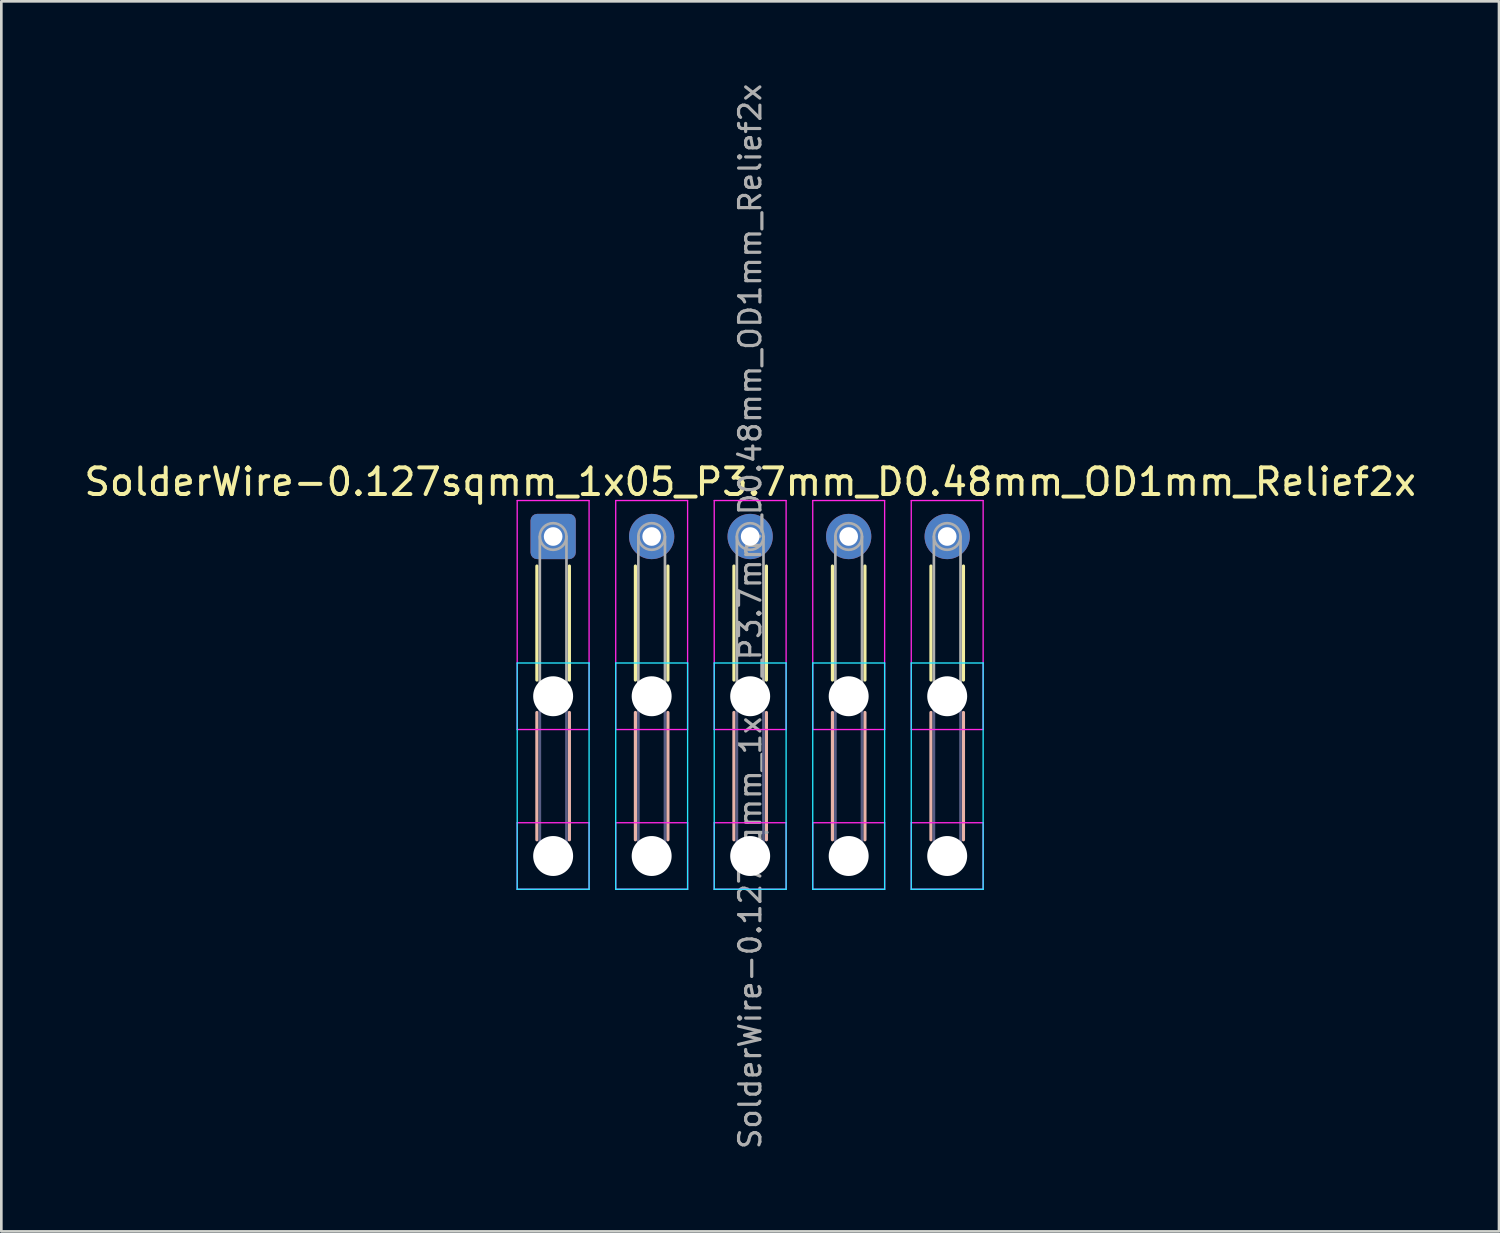
<source format=kicad_pcb>
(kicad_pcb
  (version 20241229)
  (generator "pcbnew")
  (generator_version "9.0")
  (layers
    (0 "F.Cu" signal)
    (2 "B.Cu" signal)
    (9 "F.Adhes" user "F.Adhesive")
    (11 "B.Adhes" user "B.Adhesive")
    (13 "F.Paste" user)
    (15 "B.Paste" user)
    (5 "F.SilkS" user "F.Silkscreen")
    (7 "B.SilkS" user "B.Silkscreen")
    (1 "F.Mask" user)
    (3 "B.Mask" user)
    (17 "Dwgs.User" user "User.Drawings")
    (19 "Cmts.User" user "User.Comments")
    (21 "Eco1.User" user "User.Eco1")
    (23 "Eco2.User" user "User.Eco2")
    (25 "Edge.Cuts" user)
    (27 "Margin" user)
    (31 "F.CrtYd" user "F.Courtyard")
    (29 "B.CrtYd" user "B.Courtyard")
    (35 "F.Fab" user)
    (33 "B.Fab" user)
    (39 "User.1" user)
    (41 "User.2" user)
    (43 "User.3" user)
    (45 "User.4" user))
  (footprint "SolderWire-0.127sqmm_1x05_P3.7mm_D0.48mm_OD1mm_Relief2x"
    (layer "F.Cu")
    (at 17.725 17.1)
    (property "Reference" "SolderWire-0.127sqmm_1x05_P3.7mm_D0.48mm_OD1mm_Relief2x" (at 7.4 -2.05 0) (layer "F.SilkS") (effects (font (size 1 1) (thickness 0.15))))
    (attr exclude_from_pos_files exclude_from_bom)
    (fp_line (start -0.61 1.11) (end -0.61 5.39) (stroke (width 0.12) (type solid)) (layer "F.SilkS"))
    (fp_line (start 0.61 1.11) (end 0.61 5.39) (stroke (width 0.12) (type solid)) (layer "F.SilkS"))
    (fp_line (start 3.09 1.11) (end 3.09 5.39) (stroke (width 0.12) (type solid)) (layer "F.SilkS"))
    (fp_line (start 4.31 1.11) (end 4.31 5.39) (stroke (width 0.12) (type solid)) (layer "F.SilkS"))
    (fp_line (start 6.79 1.11) (end 6.79 5.39) (stroke (width 0.12) (type solid)) (layer "F.SilkS"))
    (fp_line (start 8.01 1.11) (end 8.01 5.39) (stroke (width 0.12) (type solid)) (layer "F.SilkS"))
    (fp_line (start 10.49 1.11) (end 10.49 5.39) (stroke (width 0.12) (type solid)) (layer "F.SilkS"))
    (fp_line (start 11.71 1.11) (end 11.71 5.39) (stroke (width 0.12) (type solid)) (layer "F.SilkS"))
    (fp_line (start 14.19 1.11) (end 14.19 5.39) (stroke (width 0.12) (type solid)) (layer "F.SilkS"))
    (fp_line (start 15.41 1.11) (end 15.41 5.39) (stroke (width 0.12) (type solid)) (layer "F.SilkS"))
    (fp_line (start -0.61 6.61) (end -0.61 11.39) (stroke (width 0.12) (type solid)) (layer "B.SilkS"))
    (fp_line (start 0.61 6.61) (end 0.61 11.39) (stroke (width 0.12) (type solid)) (layer "B.SilkS"))
    (fp_line (start 3.09 6.61) (end 3.09 11.39) (stroke (width 0.12) (type solid)) (layer "B.SilkS"))
    (fp_line (start 4.31 6.61) (end 4.31 11.39) (stroke (width 0.12) (type solid)) (layer "B.SilkS"))
    (fp_line (start 6.79 6.61) (end 6.79 11.39) (stroke (width 0.12) (type solid)) (layer "B.SilkS"))
    (fp_line (start 8.01 6.61) (end 8.01 11.39) (stroke (width 0.12) (type solid)) (layer "B.SilkS"))
    (fp_line (start 10.49 6.61) (end 10.49 11.39) (stroke (width 0.12) (type solid)) (layer "B.SilkS"))
    (fp_line (start 11.71 6.61) (end 11.71 11.39) (stroke (width 0.12) (type solid)) (layer "B.SilkS"))
    (fp_line (start 14.19 6.61) (end 14.19 11.39) (stroke (width 0.12) (type solid)) (layer "B.SilkS"))
    (fp_line (start 15.41 6.61) (end 15.41 11.39) (stroke (width 0.12) (type solid)) (layer "B.SilkS"))
    (fp_line (start -1.35 4.75) (end -1.35 13.25) (stroke (width 0.05) (type solid)) (layer "B.CrtYd"))
    (fp_line (start -1.35 13.25) (end 1.35 13.25) (stroke (width 0.05) (type solid)) (layer "B.CrtYd"))
    (fp_line (start 1.35 4.75) (end -1.35 4.75) (stroke (width 0.05) (type solid)) (layer "B.CrtYd"))
    (fp_line (start 1.35 13.25) (end 1.35 4.75) (stroke (width 0.05) (type solid)) (layer "B.CrtYd"))
    (fp_line (start 2.35 4.75) (end 2.35 13.25) (stroke (width 0.05) (type solid)) (layer "B.CrtYd"))
    (fp_line (start 2.35 13.25) (end 5.05 13.25) (stroke (width 0.05) (type solid)) (layer "B.CrtYd"))
    (fp_line (start 5.05 4.75) (end 2.35 4.75) (stroke (width 0.05) (type solid)) (layer "B.CrtYd"))
    (fp_line (start 5.05 13.25) (end 5.05 4.75) (stroke (width 0.05) (type solid)) (layer "B.CrtYd"))
    (fp_line (start 6.05 4.75) (end 6.05 13.25) (stroke (width 0.05) (type solid)) (layer "B.CrtYd"))
    (fp_line (start 6.05 13.25) (end 8.75 13.25) (stroke (width 0.05) (type solid)) (layer "B.CrtYd"))
    (fp_line (start 8.75 4.75) (end 6.05 4.75) (stroke (width 0.05) (type solid)) (layer "B.CrtYd"))
    (fp_line (start 8.75 13.25) (end 8.75 4.75) (stroke (width 0.05) (type solid)) (layer "B.CrtYd"))
    (fp_line (start 9.75 4.75) (end 9.75 13.25) (stroke (width 0.05) (type solid)) (layer "B.CrtYd"))
    (fp_line (start 9.75 13.25) (end 12.45 13.25) (stroke (width 0.05) (type solid)) (layer "B.CrtYd"))
    (fp_line (start 12.45 4.75) (end 9.75 4.75) (stroke (width 0.05) (type solid)) (layer "B.CrtYd"))
    (fp_line (start 12.45 13.25) (end 12.45 4.75) (stroke (width 0.05) (type solid)) (layer "B.CrtYd"))
    (fp_line (start 13.45 4.75) (end 13.45 13.25) (stroke (width 0.05) (type solid)) (layer "B.CrtYd"))
    (fp_line (start 13.45 13.25) (end 16.15 13.25) (stroke (width 0.05) (type solid)) (layer "B.CrtYd"))
    (fp_line (start 16.15 4.75) (end 13.45 4.75) (stroke (width 0.05) (type solid)) (layer "B.CrtYd"))
    (fp_line (start 16.15 13.25) (end 16.15 4.75) (stroke (width 0.05) (type solid)) (layer "B.CrtYd"))
    (fp_line (start -1.35 -1.35) (end -1.35 7.25) (stroke (width 0.05) (type solid)) (layer "F.CrtYd"))
    (fp_line (start -1.35 7.25) (end 1.35 7.25) (stroke (width 0.05) (type solid)) (layer "F.CrtYd"))
    (fp_line (start -1.35 10.75) (end -1.35 13.25) (stroke (width 0.05) (type solid)) (layer "F.CrtYd"))
    (fp_line (start -1.35 13.25) (end 1.35 13.25) (stroke (width 0.05) (type solid)) (layer "F.CrtYd"))
    (fp_line (start 1.35 -1.35) (end -1.35 -1.35) (stroke (width 0.05) (type solid)) (layer "F.CrtYd"))
    (fp_line (start 1.35 7.25) (end 1.35 -1.35) (stroke (width 0.05) (type solid)) (layer "F.CrtYd"))
    (fp_line (start 1.35 10.75) (end -1.35 10.75) (stroke (width 0.05) (type solid)) (layer "F.CrtYd"))
    (fp_line (start 1.35 13.25) (end 1.35 10.75) (stroke (width 0.05) (type solid)) (layer "F.CrtYd"))
    (fp_line (start 2.35 -1.35) (end 2.35 7.25) (stroke (width 0.05) (type solid)) (layer "F.CrtYd"))
    (fp_line (start 2.35 7.25) (end 5.05 7.25) (stroke (width 0.05) (type solid)) (layer "F.CrtYd"))
    (fp_line (start 2.35 10.75) (end 2.35 13.25) (stroke (width 0.05) (type solid)) (layer "F.CrtYd"))
    (fp_line (start 2.35 13.25) (end 5.05 13.25) (stroke (width 0.05) (type solid)) (layer "F.CrtYd"))
    (fp_line (start 5.05 -1.35) (end 2.35 -1.35) (stroke (width 0.05) (type solid)) (layer "F.CrtYd"))
    (fp_line (start 5.05 7.25) (end 5.05 -1.35) (stroke (width 0.05) (type solid)) (layer "F.CrtYd"))
    (fp_line (start 5.05 10.75) (end 2.35 10.75) (stroke (width 0.05) (type solid)) (layer "F.CrtYd"))
    (fp_line (start 5.05 13.25) (end 5.05 10.75) (stroke (width 0.05) (type solid)) (layer "F.CrtYd"))
    (fp_line (start 6.05 -1.35) (end 6.05 7.25) (stroke (width 0.05) (type solid)) (layer "F.CrtYd"))
    (fp_line (start 6.05 7.25) (end 8.75 7.25) (stroke (width 0.05) (type solid)) (layer "F.CrtYd"))
    (fp_line (start 6.05 10.75) (end 6.05 13.25) (stroke (width 0.05) (type solid)) (layer "F.CrtYd"))
    (fp_line (start 6.05 13.25) (end 8.75 13.25) (stroke (width 0.05) (type solid)) (layer "F.CrtYd"))
    (fp_line (start 8.75 -1.35) (end 6.05 -1.35) (stroke (width 0.05) (type solid)) (layer "F.CrtYd"))
    (fp_line (start 8.75 7.25) (end 8.75 -1.35) (stroke (width 0.05) (type solid)) (layer "F.CrtYd"))
    (fp_line (start 8.75 10.75) (end 6.05 10.75) (stroke (width 0.05) (type solid)) (layer "F.CrtYd"))
    (fp_line (start 8.75 13.25) (end 8.75 10.75) (stroke (width 0.05) (type solid)) (layer "F.CrtYd"))
    (fp_line (start 9.75 -1.35) (end 9.75 7.25) (stroke (width 0.05) (type solid)) (layer "F.CrtYd"))
    (fp_line (start 9.75 7.25) (end 12.45 7.25) (stroke (width 0.05) (type solid)) (layer "F.CrtYd"))
    (fp_line (start 9.75 10.75) (end 9.75 13.25) (stroke (width 0.05) (type solid)) (layer "F.CrtYd"))
    (fp_line (start 9.75 13.25) (end 12.45 13.25) (stroke (width 0.05) (type solid)) (layer "F.CrtYd"))
    (fp_line (start 12.45 -1.35) (end 9.75 -1.35) (stroke (width 0.05) (type solid)) (layer "F.CrtYd"))
    (fp_line (start 12.45 7.25) (end 12.45 -1.35) (stroke (width 0.05) (type solid)) (layer "F.CrtYd"))
    (fp_line (start 12.45 10.75) (end 9.75 10.75) (stroke (width 0.05) (type solid)) (layer "F.CrtYd"))
    (fp_line (start 12.45 13.25) (end 12.45 10.75) (stroke (width 0.05) (type solid)) (layer "F.CrtYd"))
    (fp_line (start 13.45 -1.35) (end 13.45 7.25) (stroke (width 0.05) (type solid)) (layer "F.CrtYd"))
    (fp_line (start 13.45 7.25) (end 16.15 7.25) (stroke (width 0.05) (type solid)) (layer "F.CrtYd"))
    (fp_line (start 13.45 10.75) (end 13.45 13.25) (stroke (width 0.05) (type solid)) (layer "F.CrtYd"))
    (fp_line (start 13.45 13.25) (end 16.15 13.25) (stroke (width 0.05) (type solid)) (layer "F.CrtYd"))
    (fp_line (start 16.15 -1.35) (end 13.45 -1.35) (stroke (width 0.05) (type solid)) (layer "F.CrtYd"))
    (fp_line (start 16.15 7.25) (end 16.15 -1.35) (stroke (width 0.05) (type solid)) (layer "F.CrtYd"))
    (fp_line (start 16.15 10.75) (end 13.45 10.75) (stroke (width 0.05) (type solid)) (layer "F.CrtYd"))
    (fp_line (start 16.15 13.25) (end 16.15 10.75) (stroke (width 0.05) (type solid)) (layer "F.CrtYd"))
    (fp_line (start -0.5 6) (end -0.5 12) (stroke (width 0.1) (type solid)) (layer "B.Fab"))
    (fp_line (start 0.5 6) (end 0.5 12) (stroke (width 0.1) (type solid)) (layer "B.Fab"))
    (fp_line (start 3.2 6) (end 3.2 12) (stroke (width 0.1) (type solid)) (layer "B.Fab"))
    (fp_line (start 4.2 6) (end 4.2 12) (stroke (width 0.1) (type solid)) (layer "B.Fab"))
    (fp_line (start 6.9 6) (end 6.9 12) (stroke (width 0.1) (type solid)) (layer "B.Fab"))
    (fp_line (start 7.9 6) (end 7.9 12) (stroke (width 0.1) (type solid)) (layer "B.Fab"))
    (fp_line (start 10.6 6) (end 10.6 12) (stroke (width 0.1) (type solid)) (layer "B.Fab"))
    (fp_line (start 11.6 6) (end 11.6 12) (stroke (width 0.1) (type solid)) (layer "B.Fab"))
    (fp_line (start 14.3 6) (end 14.3 12) (stroke (width 0.1) (type solid)) (layer "B.Fab"))
    (fp_line (start 15.3 6) (end 15.3 12) (stroke (width 0.1) (type solid)) (layer "B.Fab"))
    (fp_circle (center 0 6) (end 0.5 6) (stroke (width 0.1) (type solid)) (fill no) (layer "B.Fab"))
    (fp_circle (center 0 12) (end 0.5 12) (stroke (width 0.1) (type solid)) (fill no) (layer "B.Fab"))
    (fp_circle (center 3.7 6) (end 4.2 6) (stroke (width 0.1) (type solid)) (fill no) (layer "B.Fab"))
    (fp_circle (center 3.7 12) (end 4.2 12) (stroke (width 0.1) (type solid)) (fill no) (layer "B.Fab"))
    (fp_circle (center 7.4 6) (end 7.9 6) (stroke (width 0.1) (type solid)) (fill no) (layer "B.Fab"))
    (fp_circle (center 7.4 12) (end 7.9 12) (stroke (width 0.1) (type solid)) (fill no) (layer "B.Fab"))
    (fp_circle (center 11.1 6) (end 11.6 6) (stroke (width 0.1) (type solid)) (fill no) (layer "B.Fab"))
    (fp_circle (center 11.1 12) (end 11.6 12) (stroke (width 0.1) (type solid)) (fill no) (layer "B.Fab"))
    (fp_circle (center 14.8 6) (end 15.3 6) (stroke (width 0.1) (type solid)) (fill no) (layer "B.Fab"))
    (fp_circle (center 14.8 12) (end 15.3 12) (stroke (width 0.1) (type solid)) (fill no) (layer "B.Fab"))
    (fp_line (start -0.5 0) (end -0.5 6) (stroke (width 0.1) (type solid)) (layer "F.Fab"))
    (fp_line (start 0.5 0) (end 0.5 6) (stroke (width 0.1) (type solid)) (layer "F.Fab"))
    (fp_line (start 3.2 0) (end 3.2 6) (stroke (width 0.1) (type solid)) (layer "F.Fab"))
    (fp_line (start 4.2 0) (end 4.2 6) (stroke (width 0.1) (type solid)) (layer "F.Fab"))
    (fp_line (start 6.9 0) (end 6.9 6) (stroke (width 0.1) (type solid)) (layer "F.Fab"))
    (fp_line (start 7.9 0) (end 7.9 6) (stroke (width 0.1) (type solid)) (layer "F.Fab"))
    (fp_line (start 10.6 0) (end 10.6 6) (stroke (width 0.1) (type solid)) (layer "F.Fab"))
    (fp_line (start 11.6 0) (end 11.6 6) (stroke (width 0.1) (type solid)) (layer "F.Fab"))
    (fp_line (start 14.3 0) (end 14.3 6) (stroke (width 0.1) (type solid)) (layer "F.Fab"))
    (fp_line (start 15.3 0) (end 15.3 6) (stroke (width 0.1) (type solid)) (layer "F.Fab"))
    (fp_circle (center 0 0) (end 0.5 0) (stroke (width 0.1) (type solid)) (fill no) (layer "F.Fab"))
    (fp_circle (center 0 6) (end 0.5 6) (stroke (width 0.1) (type solid)) (fill no) (layer "F.Fab"))
    (fp_circle (center 0 12) (end 0.5 12) (stroke (width 0.1) (type solid)) (fill no) (layer "F.Fab"))
    (fp_circle (center 3.7 0) (end 4.2 0) (stroke (width 0.1) (type solid)) (fill no) (layer "F.Fab"))
    (fp_circle (center 3.7 6) (end 4.2 6) (stroke (width 0.1) (type solid)) (fill no) (layer "F.Fab"))
    (fp_circle (center 3.7 12) (end 4.2 12) (stroke (width 0.1) (type solid)) (fill no) (layer "F.Fab"))
    (fp_circle (center 7.4 0) (end 7.9 0) (stroke (width 0.1) (type solid)) (fill no) (layer "F.Fab"))
    (fp_circle (center 7.4 6) (end 7.9 6) (stroke (width 0.1) (type solid)) (fill no) (layer "F.Fab"))
    (fp_circle (center 7.4 12) (end 7.9 12) (stroke (width 0.1) (type solid)) (fill no) (layer "F.Fab"))
    (fp_circle (center 11.1 0) (end 11.6 0) (stroke (width 0.1) (type solid)) (fill no) (layer "F.Fab"))
    (fp_circle (center 11.1 6) (end 11.6 6) (stroke (width 0.1) (type solid)) (fill no) (layer "F.Fab"))
    (fp_circle (center 11.1 12) (end 11.6 12) (stroke (width 0.1) (type solid)) (fill no) (layer "F.Fab"))
    (fp_circle (center 14.8 0) (end 15.3 0) (stroke (width 0.1) (type solid)) (fill no) (layer "F.Fab"))
    (fp_circle (center 14.8 6) (end 15.3 6) (stroke (width 0.1) (type solid)) (fill no) (layer "F.Fab"))
    (fp_circle (center 14.8 12) (end 15.3 12) (stroke (width 0.1) (type solid)) (fill no) (layer "F.Fab"))
    (fp_text user "${REFERENCE}" (at 7.4 3 90) (layer "F.Fab") (effects (font (size 0.8 0.8) (thickness 0.12))))
    (pad "" np_thru_hole circle (at 0 6) (size 1.5 1.5) (drill 1.5) (layers "*.Cu" "*.Mask"))
    (pad "" np_thru_hole circle (at 0 12) (size 1.5 1.5) (drill 1.5) (layers "*.Cu" "*.Mask"))
    (pad "" np_thru_hole circle (at 3.7 6) (size 1.5 1.5) (drill 1.5) (layers "*.Cu" "*.Mask"))
    (pad "" np_thru_hole circle (at 3.7 12) (size 1.5 1.5) (drill 1.5) (layers "*.Cu" "*.Mask"))
    (pad "" np_thru_hole circle (at 7.4 6) (size 1.5 1.5) (drill 1.5) (layers "*.Cu" "*.Mask"))
    (pad "" np_thru_hole circle (at 7.4 12) (size 1.5 1.5) (drill 1.5) (layers "*.Cu" "*.Mask"))
    (pad "" np_thru_hole circle (at 11.1 6) (size 1.5 1.5) (drill 1.5) (layers "*.Cu" "*.Mask"))
    (pad "" np_thru_hole circle (at 11.1 12) (size 1.5 1.5) (drill 1.5) (layers "*.Cu" "*.Mask"))
    (pad "" np_thru_hole circle (at 14.8 6) (size 1.5 1.5) (drill 1.5) (layers "*.Cu" "*.Mask"))
    (pad "" np_thru_hole circle (at 14.8 12) (size 1.5 1.5) (drill 1.5) (layers "*.Cu" "*.Mask"))
    (pad "1" thru_hole roundrect (at 0 0) (size 1.7 1.7) (drill 0.7) (layers "*.Cu" "*.Mask") (roundrect_rratio 0.147))
    (pad "2" thru_hole circle (at 3.7 0) (size 1.7 1.7) (drill 0.7) (layers "*.Cu" "*.Mask"))
    (pad "3" thru_hole circle (at 7.4 0) (size 1.7 1.7) (drill 0.7) (layers "*.Cu" "*.Mask"))
    (pad "4" thru_hole circle (at 11.1 0) (size 1.7 1.7) (drill 0.7) (layers "*.Cu" "*.Mask"))
    (pad "5" thru_hole circle (at 14.8 0) (size 1.7 1.7) (drill 0.7) (layers "*.Cu" "*.Mask")))
  (gr_rect
    (start -3 -3)
    (end 53.25 43.2)
    (stroke (width 0.1) (type default))
    (fill no)
    (layer "Edge.Cuts")))
</source>
